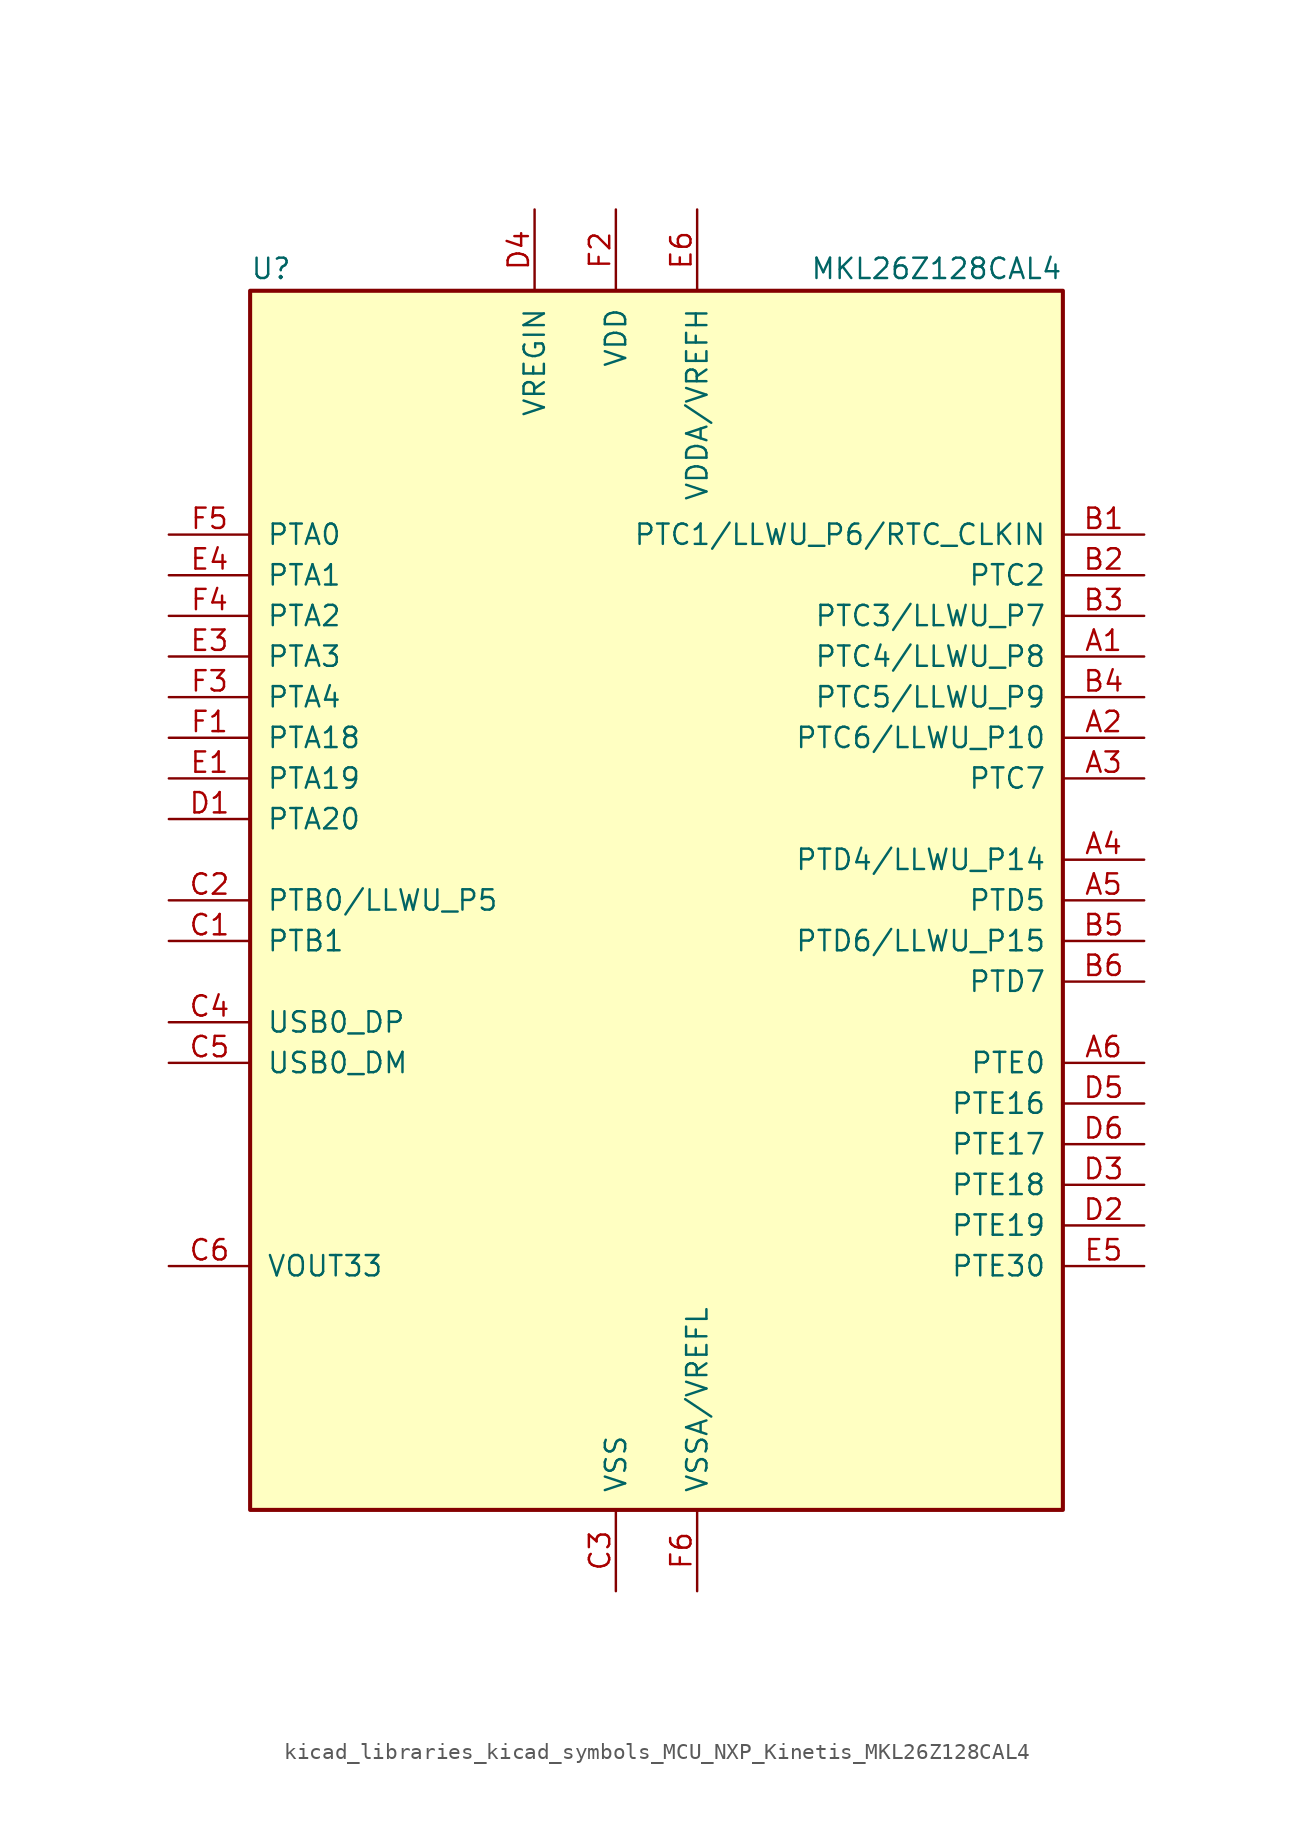
<source format=kicad_sym>
(kicad_symbol_lib
  (version 20220914)
  (generator kicad_symbol_editor)
  (symbol "kicad_libraries_kicad_symbols_MCU_NXP_Kinetis_MKL26Z128CAL4"
    (pin_names
      (offset 1.016))
    (property "Reference" "U"
      (at -25.4 38.735 0)
      (effects (font (size 1.27 1.27)) (justify left bottom)))
    (property "Value" "MKL26Z128CAL4"
      (at 25.4 38.735 0)
      (effects (font (size 1.27 1.27)) (justify right bottom)))
    (symbol "kicad_libraries_kicad_symbols_MCU_NXP_Kinetis_MKL26Z128CAL4_0_1"
      (rectangle (start -25.4 38.1) (end 25.4 -38.1) (stroke (width 0.254) (type default)) (fill (type background))))
    (symbol "kicad_libraries_kicad_symbols_MCU_NXP_Kinetis_MKL26Z128CAL4_1_1"
      (pin bidirectional line (at 30.48 15.24 180) (length 5.08) (name "PTC4/LLWU_P8" (effects (font (size 1.27 1.27)))) (number "A1" (effects (font (size 1.27 1.27)))))
      (pin bidirectional line (at 30.48 10.16 180) (length 5.08) (name "PTC6/LLWU_P10" (effects (font (size 1.27 1.27)))) (number "A2" (effects (font (size 1.27 1.27)))))
      (pin bidirectional line (at 30.48 7.62 180) (length 5.08) (name "PTC7" (effects (font (size 1.27 1.27)))) (number "A3" (effects (font (size 1.27 1.27)))))
      (pin bidirectional line (at 30.48 2.54 180) (length 5.08) (name "PTD4/LLWU_P14" (effects (font (size 1.27 1.27)))) (number "A4" (effects (font (size 1.27 1.27)))))
      (pin bidirectional line (at 30.48 0 180) (length 5.08) (name "PTD5" (effects (font (size 1.27 1.27)))) (number "A5" (effects (font (size 1.27 1.27)))))
      (pin bidirectional line (at 30.48 -10.16 180) (length 5.08) (name "PTE0" (effects (font (size 1.27 1.27)))) (number "A6" (effects (font (size 1.27 1.27)))))
      (pin bidirectional line (at 30.48 22.86 180) (length 5.08) (name "PTC1/LLWU_P6/RTC_CLKIN" (effects (font (size 1.27 1.27)))) (number "B1" (effects (font (size 1.27 1.27)))))
      (pin bidirectional line (at 30.48 20.32 180) (length 5.08) (name "PTC2" (effects (font (size 1.27 1.27)))) (number "B2" (effects (font (size 1.27 1.27)))))
      (pin bidirectional line (at 30.48 17.78 180) (length 5.08) (name "PTC3/LLWU_P7" (effects (font (size 1.27 1.27)))) (number "B3" (effects (font (size 1.27 1.27)))))
      (pin bidirectional line (at 30.48 12.7 180) (length 5.08) (name "PTC5/LLWU_P9" (effects (font (size 1.27 1.27)))) (number "B4" (effects (font (size 1.27 1.27)))))
      (pin bidirectional line (at 30.48 -2.54 180) (length 5.08) (name "PTD6/LLWU_P15" (effects (font (size 1.27 1.27)))) (number "B5" (effects (font (size 1.27 1.27)))))
      (pin bidirectional line (at 30.48 -5.08 180) (length 5.08) (name "PTD7" (effects (font (size 1.27 1.27)))) (number "B6" (effects (font (size 1.27 1.27)))))
      (pin bidirectional line (at -30.48 -2.54 0) (length 5.08) (name "PTB1" (effects (font (size 1.27 1.27)))) (number "C1" (effects (font (size 1.27 1.27)))))
      (pin bidirectional line (at -30.48 0 0) (length 5.08) (name "PTB0/LLWU_P5" (effects (font (size 1.27 1.27)))) (number "C2" (effects (font (size 1.27 1.27)))))
      (pin power_in line (at -2.54 -43.18 90) (length 5.08) (name "VSS" (effects (font (size 1.27 1.27)))) (number "C3" (effects (font (size 1.27 1.27)))))
      (pin bidirectional line (at -30.48 -7.62 0) (length 5.08) (name "USB0_DP" (effects (font (size 1.27 1.27)))) (number "C4" (effects (font (size 1.27 1.27)))))
      (pin bidirectional line (at -30.48 -10.16 0) (length 5.08) (name "USB0_DM" (effects (font (size 1.27 1.27)))) (number "C5" (effects (font (size 1.27 1.27)))))
      (pin power_out line (at -30.48 -22.86 0) (length 5.08) (name "VOUT33" (effects (font (size 1.27 1.27)))) (number "C6" (effects (font (size 1.27 1.27)))))
      (pin bidirectional line (at -30.48 5.08 0) (length 5.08) (name "PTA20" (effects (font (size 1.27 1.27)))) (number "D1" (effects (font (size 1.27 1.27)))))
      (pin bidirectional line (at 30.48 -20.32 180) (length 5.08) (name "PTE19" (effects (font (size 1.27 1.27)))) (number "D2" (effects (font (size 1.27 1.27)))))
      (pin bidirectional line (at 30.48 -17.78 180) (length 5.08) (name "PTE18" (effects (font (size 1.27 1.27)))) (number "D3" (effects (font (size 1.27 1.27)))))
      (pin power_in line (at -7.62 43.18 270) (length 5.08) (name "VREGIN" (effects (font (size 1.27 1.27)))) (number "D4" (effects (font (size 1.27 1.27)))))
      (pin bidirectional line (at 30.48 -12.7 180) (length 5.08) (name "PTE16" (effects (font (size 1.27 1.27)))) (number "D5" (effects (font (size 1.27 1.27)))))
      (pin bidirectional line (at 30.48 -15.24 180) (length 5.08) (name "PTE17" (effects (font (size 1.27 1.27)))) (number "D6" (effects (font (size 1.27 1.27)))))
      (pin bidirectional line (at -30.48 7.62 0) (length 5.08) (name "PTA19" (effects (font (size 1.27 1.27)))) (number "E1" (effects (font (size 1.27 1.27)))))
      (pin passive line (at -2.54 -43.18 90) (length 5.08) hide (name "VSS" (effects (font (size 1.27 1.27)))) (number "E2" (effects (font (size 1.27 1.27)))))
      (pin bidirectional line (at -30.48 15.24 0) (length 5.08) (name "PTA3" (effects (font (size 1.27 1.27)))) (number "E3" (effects (font (size 1.27 1.27)))))
      (pin bidirectional line (at -30.48 20.32 0) (length 5.08) (name "PTA1" (effects (font (size 1.27 1.27)))) (number "E4" (effects (font (size 1.27 1.27)))))
      (pin bidirectional line (at 30.48 -22.86 180) (length 5.08) (name "PTE30" (effects (font (size 1.27 1.27)))) (number "E5" (effects (font (size 1.27 1.27)))))
      (pin power_in line (at 2.54 43.18 270) (length 5.08) (name "VDDA/VREFH" (effects (font (size 1.27 1.27)))) (number "E6" (effects (font (size 1.27 1.27)))))
      (pin bidirectional line (at -30.48 10.16 0) (length 5.08) (name "PTA18" (effects (font (size 1.27 1.27)))) (number "F1" (effects (font (size 1.27 1.27)))))
      (pin power_in line (at -2.54 43.18 270) (length 5.08) (name "VDD" (effects (font (size 1.27 1.27)))) (number "F2" (effects (font (size 1.27 1.27)))))
      (pin bidirectional line (at -30.48 12.7 0) (length 5.08) (name "PTA4" (effects (font (size 1.27 1.27)))) (number "F3" (effects (font (size 1.27 1.27)))))
      (pin bidirectional line (at -30.48 17.78 0) (length 5.08) (name "PTA2" (effects (font (size 1.27 1.27)))) (number "F4" (effects (font (size 1.27 1.27)))))
      (pin bidirectional line (at -30.48 22.86 0) (length 5.08) (name "PTA0" (effects (font (size 1.27 1.27)))) (number "F5" (effects (font (size 1.27 1.27)))))
      (pin power_in line (at 2.54 -43.18 90) (length 5.08) (name "VSSA/VREFL" (effects (font (size 1.27 1.27)))) (number "F6" (effects (font (size 1.27 1.27))))))))
</source>
